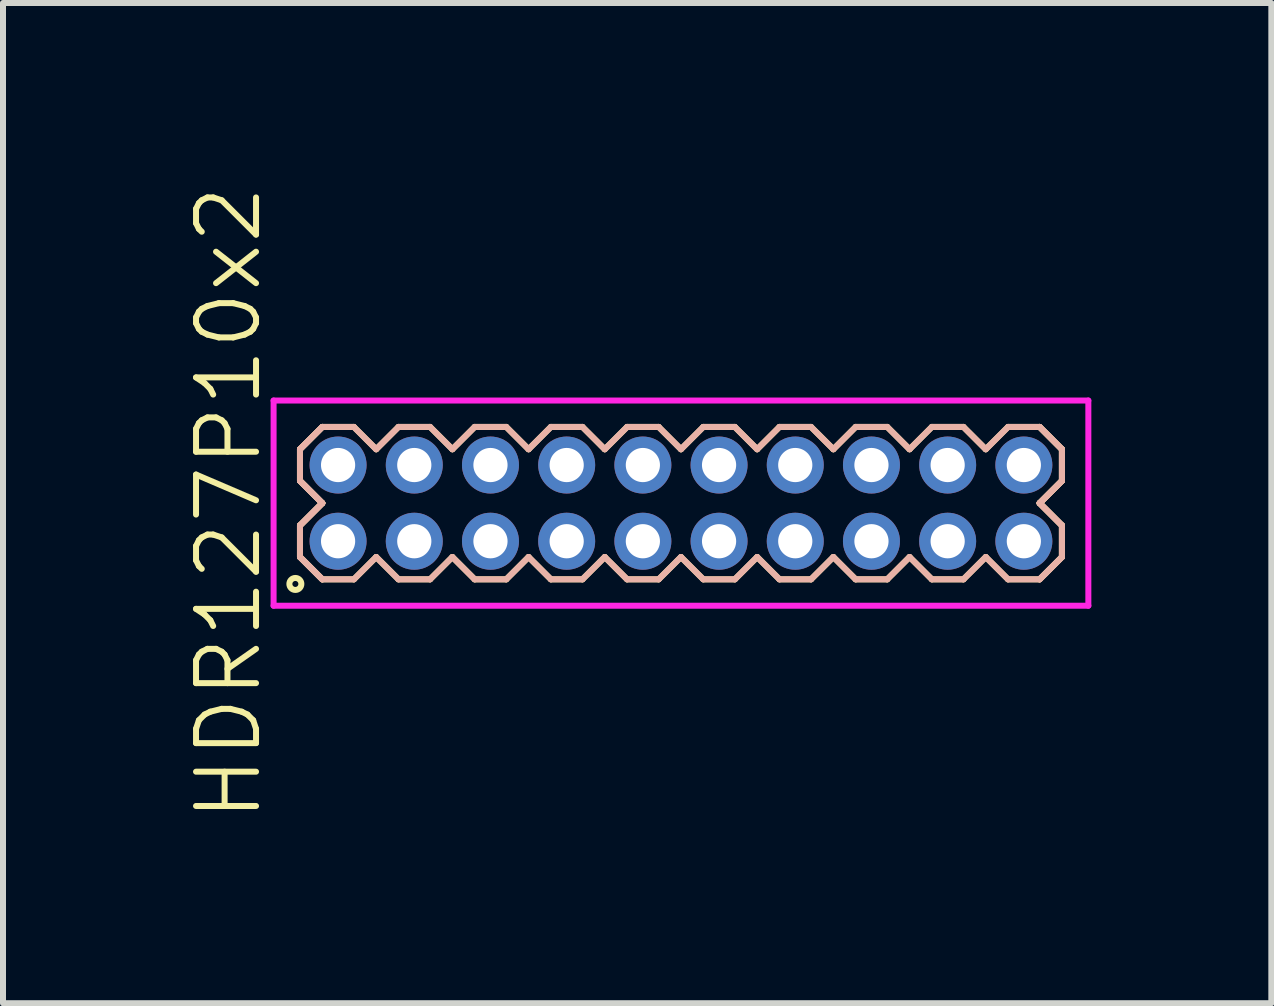
<source format=kicad_pcb>
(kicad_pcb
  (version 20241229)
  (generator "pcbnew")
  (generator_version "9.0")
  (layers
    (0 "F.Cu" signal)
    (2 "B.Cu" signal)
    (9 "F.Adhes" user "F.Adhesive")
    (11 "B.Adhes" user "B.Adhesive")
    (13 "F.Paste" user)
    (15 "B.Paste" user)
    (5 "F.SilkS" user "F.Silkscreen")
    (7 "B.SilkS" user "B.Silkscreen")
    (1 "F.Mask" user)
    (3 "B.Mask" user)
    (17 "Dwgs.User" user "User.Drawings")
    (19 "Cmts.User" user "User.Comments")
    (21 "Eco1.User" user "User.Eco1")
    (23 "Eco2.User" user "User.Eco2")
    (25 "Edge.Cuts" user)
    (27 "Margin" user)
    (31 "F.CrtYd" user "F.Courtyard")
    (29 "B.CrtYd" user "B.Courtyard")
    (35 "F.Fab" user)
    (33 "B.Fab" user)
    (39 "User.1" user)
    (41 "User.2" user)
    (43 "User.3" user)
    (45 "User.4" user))
  (footprint "HDR127P10x2"
    (layer "F.Cu")
    (at 8.3 5.336)
    (property "Reference" "HDR127P10x2" (at -7.54 0 90) (layer "F.SilkS") (effects (font (size 1 1) (thickness 0.1))))
    (attr through_hole)
    (fp_line (start -6.35 -0.898) (end -5.978 -1.27) (stroke (width 0.1) (type solid)) (layer "F.SilkS"))
    (fp_line (start -6.35 -0.898) (end -5.978 -1.27) (stroke (width 0.1) (type solid)) (layer "F.SilkS"))
    (fp_line (start -6.35 -0.372) (end -6.35 -0.898) (stroke (width 0.1) (type solid)) (layer "F.SilkS"))
    (fp_line (start -6.35 -0.372) (end -6.35 -0.898) (stroke (width 0.1) (type solid)) (layer "F.SilkS"))
    (fp_line (start -6.35 0.372) (end -5.978 0) (stroke (width 0.1) (type solid)) (layer "F.SilkS"))
    (fp_line (start -6.35 0.372) (end -5.978 0) (stroke (width 0.1) (type solid)) (layer "F.SilkS"))
    (fp_line (start -6.35 0.898) (end -6.35 0.372) (stroke (width 0.1) (type solid)) (layer "F.SilkS"))
    (fp_line (start -6.35 0.898) (end -6.35 0.372) (stroke (width 0.1) (type solid)) (layer "F.SilkS"))
    (fp_line (start -5.978 -1.27) (end -5.452 -1.27) (stroke (width 0.1) (type solid)) (layer "F.SilkS"))
    (fp_line (start -5.978 0) (end -6.35 -0.372) (stroke (width 0.1) (type solid)) (layer "F.SilkS"))
    (fp_line (start -5.978 0) (end -6.35 -0.372) (stroke (width 0.1) (type solid)) (layer "F.SilkS"))
    (fp_line (start -5.978 1.27) (end -6.35 0.898) (stroke (width 0.1) (type solid)) (layer "F.SilkS"))
    (fp_line (start -5.978 1.27) (end -6.35 0.898) (stroke (width 0.1) (type solid)) (layer "F.SilkS"))
    (fp_line (start -5.452 -1.27) (end -5.08 -0.898) (stroke (width 0.1) (type solid)) (layer "F.SilkS"))
    (fp_line (start -5.452 1.27) (end -5.978 1.27) (stroke (width 0.1) (type solid)) (layer "F.SilkS"))
    (fp_line (start -5.08 -0.898) (end -4.708 -1.27) (stroke (width 0.1) (type solid)) (layer "F.SilkS"))
    (fp_line (start -5.08 0.898) (end -5.452 1.27) (stroke (width 0.1) (type solid)) (layer "F.SilkS"))
    (fp_line (start -4.708 -1.27) (end -4.182 -1.27) (stroke (width 0.1) (type solid)) (layer "F.SilkS"))
    (fp_line (start -4.708 1.27) (end -5.08 0.898) (stroke (width 0.1) (type solid)) (layer "F.SilkS"))
    (fp_line (start -4.182 -1.27) (end -3.81 -0.898) (stroke (width 0.1) (type solid)) (layer "F.SilkS"))
    (fp_line (start -4.182 1.27) (end -4.708 1.27) (stroke (width 0.1) (type solid)) (layer "F.SilkS"))
    (fp_line (start -3.81 -0.898) (end -3.438 -1.27) (stroke (width 0.1) (type solid)) (layer "F.SilkS"))
    (fp_line (start -3.81 0.898) (end -4.182 1.27) (stroke (width 0.1) (type solid)) (layer "F.SilkS"))
    (fp_line (start -3.438 -1.27) (end -2.912 -1.27) (stroke (width 0.1) (type solid)) (layer "F.SilkS"))
    (fp_line (start -3.438 1.27) (end -3.81 0.898) (stroke (width 0.1) (type solid)) (layer "F.SilkS"))
    (fp_line (start -2.912 -1.27) (end -2.54 -0.898) (stroke (width 0.1) (type solid)) (layer "F.SilkS"))
    (fp_line (start -2.912 1.27) (end -3.438 1.27) (stroke (width 0.1) (type solid)) (layer "F.SilkS"))
    (fp_line (start -2.54 -0.898) (end -2.168 -1.27) (stroke (width 0.1) (type solid)) (layer "F.SilkS"))
    (fp_line (start -2.54 0.898) (end -2.912 1.27) (stroke (width 0.1) (type solid)) (layer "F.SilkS"))
    (fp_line (start -2.168 -1.27) (end -1.642 -1.27) (stroke (width 0.1) (type solid)) (layer "F.SilkS"))
    (fp_line (start -2.168 1.27) (end -2.54 0.898) (stroke (width 0.1) (type solid)) (layer "F.SilkS"))
    (fp_line (start -1.642 -1.27) (end -1.27 -0.898) (stroke (width 0.1) (type solid)) (layer "F.SilkS"))
    (fp_line (start -1.642 1.27) (end -2.168 1.27) (stroke (width 0.1) (type solid)) (layer "F.SilkS"))
    (fp_line (start -1.27 -0.898) (end -0.898 -1.27) (stroke (width 0.1) (type solid)) (layer "F.SilkS"))
    (fp_line (start -1.27 0.898) (end -1.642 1.27) (stroke (width 0.1) (type solid)) (layer "F.SilkS"))
    (fp_line (start -0.898 -1.27) (end -0.372 -1.27) (stroke (width 0.1) (type solid)) (layer "F.SilkS"))
    (fp_line (start -0.898 1.27) (end -1.27 0.898) (stroke (width 0.1) (type solid)) (layer "F.SilkS"))
    (fp_line (start -0.372 -1.27) (end 0 -0.898) (stroke (width 0.1) (type solid)) (layer "F.SilkS"))
    (fp_line (start -0.372 1.27) (end -0.898 1.27) (stroke (width 0.1) (type solid)) (layer "F.SilkS"))
    (fp_line (start 0 -0.898) (end 0.372 -1.27) (stroke (width 0.1) (type solid)) (layer "F.SilkS"))
    (fp_line (start 0 0.898) (end -0.372 1.27) (stroke (width 0.1) (type solid)) (layer "F.SilkS"))
    (fp_line (start 0.372 -1.27) (end 0.898 -1.27) (stroke (width 0.1) (type solid)) (layer "F.SilkS"))
    (fp_line (start 0.372 1.27) (end 0 0.898) (stroke (width 0.1) (type solid)) (layer "F.SilkS"))
    (fp_line (start 0.898 -1.27) (end 1.27 -0.898) (stroke (width 0.1) (type solid)) (layer "F.SilkS"))
    (fp_line (start 0.898 1.27) (end 0.372 1.27) (stroke (width 0.1) (type solid)) (layer "F.SilkS"))
    (fp_line (start 1.27 -0.898) (end 1.642 -1.27) (stroke (width 0.1) (type solid)) (layer "F.SilkS"))
    (fp_line (start 1.27 0.898) (end 0.898 1.27) (stroke (width 0.1) (type solid)) (layer "F.SilkS"))
    (fp_line (start 1.642 -1.27) (end 2.168 -1.27) (stroke (width 0.1) (type solid)) (layer "F.SilkS"))
    (fp_line (start 1.642 1.27) (end 1.27 0.898) (stroke (width 0.1) (type solid)) (layer "F.SilkS"))
    (fp_line (start 2.168 -1.27) (end 2.54 -0.898) (stroke (width 0.1) (type solid)) (layer "F.SilkS"))
    (fp_line (start 2.168 1.27) (end 1.642 1.27) (stroke (width 0.1) (type solid)) (layer "F.SilkS"))
    (fp_line (start 2.54 -0.898) (end 2.912 -1.27) (stroke (width 0.1) (type solid)) (layer "F.SilkS"))
    (fp_line (start 2.54 0.898) (end 2.168 1.27) (stroke (width 0.1) (type solid)) (layer "F.SilkS"))
    (fp_line (start 2.912 -1.27) (end 3.438 -1.27) (stroke (width 0.1) (type solid)) (layer "F.SilkS"))
    (fp_line (start 2.912 1.27) (end 2.54 0.898) (stroke (width 0.1) (type solid)) (layer "F.SilkS"))
    (fp_line (start 3.438 -1.27) (end 3.81 -0.898) (stroke (width 0.1) (type solid)) (layer "F.SilkS"))
    (fp_line (start 3.438 1.27) (end 2.912 1.27) (stroke (width 0.1) (type solid)) (layer "F.SilkS"))
    (fp_line (start 3.81 -0.898) (end 4.182 -1.27) (stroke (width 0.1) (type solid)) (layer "F.SilkS"))
    (fp_line (start 3.81 0.898) (end 3.438 1.27) (stroke (width 0.1) (type solid)) (layer "F.SilkS"))
    (fp_line (start 4.182 -1.27) (end 4.708 -1.27) (stroke (width 0.1) (type solid)) (layer "F.SilkS"))
    (fp_line (start 4.182 1.27) (end 3.81 0.898) (stroke (width 0.1) (type solid)) (layer "F.SilkS"))
    (fp_line (start 4.708 -1.27) (end 5.08 -0.898) (stroke (width 0.1) (type solid)) (layer "F.SilkS"))
    (fp_line (start 4.708 1.27) (end 4.182 1.27) (stroke (width 0.1) (type solid)) (layer "F.SilkS"))
    (fp_line (start 5.08 -0.898) (end 5.452 -1.27) (stroke (width 0.1) (type solid)) (layer "F.SilkS"))
    (fp_line (start 5.08 0.898) (end 4.708 1.27) (stroke (width 0.1) (type solid)) (layer "F.SilkS"))
    (fp_line (start 5.452 -1.27) (end 5.978 -1.27) (stroke (width 0.1) (type solid)) (layer "F.SilkS"))
    (fp_line (start 5.452 1.27) (end 5.08 0.898) (stroke (width 0.1) (type solid)) (layer "F.SilkS"))
    (fp_line (start 5.978 -1.27) (end 6.35 -0.898) (stroke (width 0.1) (type solid)) (layer "F.SilkS"))
    (fp_line (start 5.978 -1.27) (end 6.35 -0.898) (stroke (width 0.1) (type solid)) (layer "F.SilkS"))
    (fp_line (start 5.978 0) (end 6.35 0.372) (stroke (width 0.1) (type solid)) (layer "F.SilkS"))
    (fp_line (start 5.978 0) (end 6.35 0.372) (stroke (width 0.1) (type solid)) (layer "F.SilkS"))
    (fp_line (start 5.978 1.27) (end 5.452 1.27) (stroke (width 0.1) (type solid)) (layer "F.SilkS"))
    (fp_line (start 6.35 -0.898) (end 6.35 -0.372) (stroke (width 0.1) (type solid)) (layer "F.SilkS"))
    (fp_line (start 6.35 -0.898) (end 6.35 -0.372) (stroke (width 0.1) (type solid)) (layer "F.SilkS"))
    (fp_line (start 6.35 -0.372) (end 5.978 0) (stroke (width 0.1) (type solid)) (layer "F.SilkS"))
    (fp_line (start 6.35 -0.372) (end 5.978 0) (stroke (width 0.1) (type solid)) (layer "F.SilkS"))
    (fp_line (start 6.35 0.372) (end 6.35 0.898) (stroke (width 0.1) (type solid)) (layer "F.SilkS"))
    (fp_line (start 6.35 0.372) (end 6.35 0.898) (stroke (width 0.1) (type solid)) (layer "F.SilkS"))
    (fp_line (start 6.35 0.898) (end 5.978 1.27) (stroke (width 0.1) (type solid)) (layer "F.SilkS"))
    (fp_line (start 6.35 0.898) (end 5.978 1.27) (stroke (width 0.1) (type solid)) (layer "F.SilkS"))
    (fp_circle (center -6.427 1.347) (end -6.327 1.347) (stroke (width 0.1) (type solid)) (fill no) (layer "F.SilkS"))
    (fp_line (start -6.35 -0.898) (end -5.978 -1.27) (stroke (width 0.1) (type solid)) (layer "B.SilkS"))
    (fp_line (start -6.35 -0.898) (end -5.978 -1.27) (stroke (width 0.1) (type solid)) (layer "B.SilkS"))
    (fp_line (start -6.35 -0.372) (end -6.35 -0.898) (stroke (width 0.1) (type solid)) (layer "B.SilkS"))
    (fp_line (start -6.35 -0.372) (end -6.35 -0.898) (stroke (width 0.1) (type solid)) (layer "B.SilkS"))
    (fp_line (start -6.35 0.372) (end -5.978 0) (stroke (width 0.1) (type solid)) (layer "B.SilkS"))
    (fp_line (start -6.35 0.372) (end -5.978 0) (stroke (width 0.1) (type solid)) (layer "B.SilkS"))
    (fp_line (start -6.35 0.898) (end -6.35 0.372) (stroke (width 0.1) (type solid)) (layer "B.SilkS"))
    (fp_line (start -6.35 0.898) (end -6.35 0.372) (stroke (width 0.1) (type solid)) (layer "B.SilkS"))
    (fp_line (start -5.978 -1.27) (end -5.452 -1.27) (stroke (width 0.1) (type solid)) (layer "B.SilkS"))
    (fp_line (start -5.978 0) (end -6.35 -0.372) (stroke (width 0.1) (type solid)) (layer "B.SilkS"))
    (fp_line (start -5.978 0) (end -6.35 -0.372) (stroke (width 0.1) (type solid)) (layer "B.SilkS"))
    (fp_line (start -5.978 1.27) (end -6.35 0.898) (stroke (width 0.1) (type solid)) (layer "B.SilkS"))
    (fp_line (start -5.978 1.27) (end -6.35 0.898) (stroke (width 0.1) (type solid)) (layer "B.SilkS"))
    (fp_line (start -5.452 -1.27) (end -5.08 -0.898) (stroke (width 0.1) (type solid)) (layer "B.SilkS"))
    (fp_line (start -5.452 1.27) (end -5.978 1.27) (stroke (width 0.1) (type solid)) (layer "B.SilkS"))
    (fp_line (start -5.08 -0.898) (end -4.708 -1.27) (stroke (width 0.1) (type solid)) (layer "B.SilkS"))
    (fp_line (start -5.08 0.898) (end -5.452 1.27) (stroke (width 0.1) (type solid)) (layer "B.SilkS"))
    (fp_line (start -4.708 -1.27) (end -4.182 -1.27) (stroke (width 0.1) (type solid)) (layer "B.SilkS"))
    (fp_line (start -4.708 1.27) (end -5.08 0.898) (stroke (width 0.1) (type solid)) (layer "B.SilkS"))
    (fp_line (start -4.182 -1.27) (end -3.81 -0.898) (stroke (width 0.1) (type solid)) (layer "B.SilkS"))
    (fp_line (start -4.182 1.27) (end -4.708 1.27) (stroke (width 0.1) (type solid)) (layer "B.SilkS"))
    (fp_line (start -3.81 -0.898) (end -3.438 -1.27) (stroke (width 0.1) (type solid)) (layer "B.SilkS"))
    (fp_line (start -3.81 0.898) (end -4.182 1.27) (stroke (width 0.1) (type solid)) (layer "B.SilkS"))
    (fp_line (start -3.438 -1.27) (end -2.912 -1.27) (stroke (width 0.1) (type solid)) (layer "B.SilkS"))
    (fp_line (start -3.438 1.27) (end -3.81 0.898) (stroke (width 0.1) (type solid)) (layer "B.SilkS"))
    (fp_line (start -2.912 -1.27) (end -2.54 -0.898) (stroke (width 0.1) (type solid)) (layer "B.SilkS"))
    (fp_line (start -2.912 1.27) (end -3.438 1.27) (stroke (width 0.1) (type solid)) (layer "B.SilkS"))
    (fp_line (start -2.54 -0.898) (end -2.168 -1.27) (stroke (width 0.1) (type solid)) (layer "B.SilkS"))
    (fp_line (start -2.54 0.898) (end -2.912 1.27) (stroke (width 0.1) (type solid)) (layer "B.SilkS"))
    (fp_line (start -2.168 -1.27) (end -1.642 -1.27) (stroke (width 0.1) (type solid)) (layer "B.SilkS"))
    (fp_line (start -2.168 1.27) (end -2.54 0.898) (stroke (width 0.1) (type solid)) (layer "B.SilkS"))
    (fp_line (start -1.642 -1.27) (end -1.27 -0.898) (stroke (width 0.1) (type solid)) (layer "B.SilkS"))
    (fp_line (start -1.642 1.27) (end -2.168 1.27) (stroke (width 0.1) (type solid)) (layer "B.SilkS"))
    (fp_line (start -1.27 -0.898) (end -0.898 -1.27) (stroke (width 0.1) (type solid)) (layer "B.SilkS"))
    (fp_line (start -1.27 0.898) (end -1.642 1.27) (stroke (width 0.1) (type solid)) (layer "B.SilkS"))
    (fp_line (start -0.898 -1.27) (end -0.372 -1.27) (stroke (width 0.1) (type solid)) (layer "B.SilkS"))
    (fp_line (start -0.898 1.27) (end -1.27 0.898) (stroke (width 0.1) (type solid)) (layer "B.SilkS"))
    (fp_line (start -0.372 -1.27) (end 0 -0.898) (stroke (width 0.1) (type solid)) (layer "B.SilkS"))
    (fp_line (start -0.372 1.27) (end -0.898 1.27) (stroke (width 0.1) (type solid)) (layer "B.SilkS"))
    (fp_line (start 0 -0.898) (end 0.372 -1.27) (stroke (width 0.1) (type solid)) (layer "B.SilkS"))
    (fp_line (start 0 0.898) (end -0.372 1.27) (stroke (width 0.1) (type solid)) (layer "B.SilkS"))
    (fp_line (start 0.372 -1.27) (end 0.898 -1.27) (stroke (width 0.1) (type solid)) (layer "B.SilkS"))
    (fp_line (start 0.372 1.27) (end 0 0.898) (stroke (width 0.1) (type solid)) (layer "B.SilkS"))
    (fp_line (start 0.898 -1.27) (end 1.27 -0.898) (stroke (width 0.1) (type solid)) (layer "B.SilkS"))
    (fp_line (start 0.898 1.27) (end 0.372 1.27) (stroke (width 0.1) (type solid)) (layer "B.SilkS"))
    (fp_line (start 1.27 -0.898) (end 1.642 -1.27) (stroke (width 0.1) (type solid)) (layer "B.SilkS"))
    (fp_line (start 1.27 0.898) (end 0.898 1.27) (stroke (width 0.1) (type solid)) (layer "B.SilkS"))
    (fp_line (start 1.642 -1.27) (end 2.168 -1.27) (stroke (width 0.1) (type solid)) (layer "B.SilkS"))
    (fp_line (start 1.642 1.27) (end 1.27 0.898) (stroke (width 0.1) (type solid)) (layer "B.SilkS"))
    (fp_line (start 2.168 -1.27) (end 2.54 -0.898) (stroke (width 0.1) (type solid)) (layer "B.SilkS"))
    (fp_line (start 2.168 1.27) (end 1.642 1.27) (stroke (width 0.1) (type solid)) (layer "B.SilkS"))
    (fp_line (start 2.54 -0.898) (end 2.912 -1.27) (stroke (width 0.1) (type solid)) (layer "B.SilkS"))
    (fp_line (start 2.54 0.898) (end 2.168 1.27) (stroke (width 0.1) (type solid)) (layer "B.SilkS"))
    (fp_line (start 2.912 -1.27) (end 3.438 -1.27) (stroke (width 0.1) (type solid)) (layer "B.SilkS"))
    (fp_line (start 2.912 1.27) (end 2.54 0.898) (stroke (width 0.1) (type solid)) (layer "B.SilkS"))
    (fp_line (start 3.438 -1.27) (end 3.81 -0.898) (stroke (width 0.1) (type solid)) (layer "B.SilkS"))
    (fp_line (start 3.438 1.27) (end 2.912 1.27) (stroke (width 0.1) (type solid)) (layer "B.SilkS"))
    (fp_line (start 3.81 -0.898) (end 4.182 -1.27) (stroke (width 0.1) (type solid)) (layer "B.SilkS"))
    (fp_line (start 3.81 0.898) (end 3.438 1.27) (stroke (width 0.1) (type solid)) (layer "B.SilkS"))
    (fp_line (start 4.182 -1.27) (end 4.708 -1.27) (stroke (width 0.1) (type solid)) (layer "B.SilkS"))
    (fp_line (start 4.182 1.27) (end 3.81 0.898) (stroke (width 0.1) (type solid)) (layer "B.SilkS"))
    (fp_line (start 4.708 -1.27) (end 5.08 -0.898) (stroke (width 0.1) (type solid)) (layer "B.SilkS"))
    (fp_line (start 4.708 1.27) (end 4.182 1.27) (stroke (width 0.1) (type solid)) (layer "B.SilkS"))
    (fp_line (start 5.08 -0.898) (end 5.452 -1.27) (stroke (width 0.1) (type solid)) (layer "B.SilkS"))
    (fp_line (start 5.08 0.898) (end 4.708 1.27) (stroke (width 0.1) (type solid)) (layer "B.SilkS"))
    (fp_line (start 5.452 -1.27) (end 5.978 -1.27) (stroke (width 0.1) (type solid)) (layer "B.SilkS"))
    (fp_line (start 5.452 1.27) (end 5.08 0.898) (stroke (width 0.1) (type solid)) (layer "B.SilkS"))
    (fp_line (start 5.978 -1.27) (end 6.35 -0.898) (stroke (width 0.1) (type solid)) (layer "B.SilkS"))
    (fp_line (start 5.978 -1.27) (end 6.35 -0.898) (stroke (width 0.1) (type solid)) (layer "B.SilkS"))
    (fp_line (start 5.978 0) (end 6.35 0.372) (stroke (width 0.1) (type solid)) (layer "B.SilkS"))
    (fp_line (start 5.978 0) (end 6.35 0.372) (stroke (width 0.1) (type solid)) (layer "B.SilkS"))
    (fp_line (start 5.978 1.27) (end 5.452 1.27) (stroke (width 0.1) (type solid)) (layer "B.SilkS"))
    (fp_line (start 6.35 -0.898) (end 6.35 -0.372) (stroke (width 0.1) (type solid)) (layer "B.SilkS"))
    (fp_line (start 6.35 -0.898) (end 6.35 -0.372) (stroke (width 0.1) (type solid)) (layer "B.SilkS"))
    (fp_line (start 6.35 -0.372) (end 5.978 0) (stroke (width 0.1) (type solid)) (layer "B.SilkS"))
    (fp_line (start 6.35 -0.372) (end 5.978 0) (stroke (width 0.1) (type solid)) (layer "B.SilkS"))
    (fp_line (start 6.35 0.372) (end 6.35 0.898) (stroke (width 0.1) (type solid)) (layer "B.SilkS"))
    (fp_line (start 6.35 0.372) (end 6.35 0.898) (stroke (width 0.1) (type solid)) (layer "B.SilkS"))
    (fp_line (start 6.35 0.898) (end 5.978 1.27) (stroke (width 0.1) (type solid)) (layer "B.SilkS"))
    (fp_line (start 6.35 0.898) (end 5.978 1.27) (stroke (width 0.1) (type solid)) (layer "B.SilkS"))
    (fp_line (start -6.79 -1.71) (end -6.79 1.71) (stroke (width 0.1) (type solid)) (layer "F.CrtYd"))
    (fp_line (start -6.79 1.71) (end 6.79 1.71) (stroke (width 0.1) (type solid)) (layer "F.CrtYd"))
    (fp_line (start 6.79 -1.71) (end -6.79 -1.71) (stroke (width 0.1) (type solid)) (layer "F.CrtYd"))
    (fp_line (start 6.79 1.71) (end 6.79 -1.71) (stroke (width 0.1) (type solid)) (layer "F.CrtYd"))
    (pad "1" thru_hole oval (at -5.715 0.635) (size 0.95 0.95) (drill 0.57) (layers "*.Cu" "*.Mask"))
    (pad "2" thru_hole oval (at -5.715 -0.635) (size 0.95 0.95) (drill 0.57) (layers "*.Cu" "*.Mask"))
    (pad "3" thru_hole oval (at -4.445 0.635) (size 0.95 0.95) (drill 0.57) (layers "*.Cu" "*.Mask"))
    (pad "4" thru_hole oval (at -4.445 -0.635) (size 0.95 0.95) (drill 0.57) (layers "*.Cu" "*.Mask"))
    (pad "5" thru_hole oval (at -3.175 0.635) (size 0.95 0.95) (drill 0.57) (layers "*.Cu" "*.Mask"))
    (pad "6" thru_hole oval (at -3.175 -0.635) (size 0.95 0.95) (drill 0.57) (layers "*.Cu" "*.Mask"))
    (pad "7" thru_hole oval (at -1.905 0.635) (size 0.95 0.95) (drill 0.57) (layers "*.Cu" "*.Mask"))
    (pad "8" thru_hole oval (at -1.905 -0.635) (size 0.95 0.95) (drill 0.57) (layers "*.Cu" "*.Mask"))
    (pad "9" thru_hole oval (at -0.635 0.635) (size 0.95 0.95) (drill 0.57) (layers "*.Cu" "*.Mask"))
    (pad "10" thru_hole oval (at -0.635 -0.635) (size 0.95 0.95) (drill 0.57) (layers "*.Cu" "*.Mask"))
    (pad "11" thru_hole oval (at 0.635 0.635) (size 0.95 0.95) (drill 0.57) (layers "*.Cu" "*.Mask"))
    (pad "12" thru_hole oval (at 0.635 -0.635) (size 0.95 0.95) (drill 0.57) (layers "*.Cu" "*.Mask"))
    (pad "13" thru_hole oval (at 1.905 0.635) (size 0.95 0.95) (drill 0.57) (layers "*.Cu" "*.Mask"))
    (pad "14" thru_hole oval (at 1.905 -0.635) (size 0.95 0.95) (drill 0.57) (layers "*.Cu" "*.Mask"))
    (pad "15" thru_hole oval (at 3.175 0.635) (size 0.95 0.95) (drill 0.57) (layers "*.Cu" "*.Mask"))
    (pad "16" thru_hole oval (at 3.175 -0.635) (size 0.95 0.95) (drill 0.57) (layers "*.Cu" "*.Mask"))
    (pad "17" thru_hole oval (at 4.445 0.635) (size 0.95 0.95) (drill 0.57) (layers "*.Cu" "*.Mask"))
    (pad "18" thru_hole oval (at 4.445 -0.635) (size 0.95 0.95) (drill 0.57) (layers "*.Cu" "*.Mask"))
    (pad "19" thru_hole oval (at 5.715 0.635) (size 0.95 0.95) (drill 0.57) (layers "*.Cu" "*.Mask"))
    (pad "20" thru_hole oval (at 5.715 -0.635) (size 0.95 0.95) (drill 0.57) (layers "*.Cu" "*.Mask")))
  (gr_rect
    (start -3 -3)
    (end 18.14 13.671)
    (stroke (width 0.1) (type default))
    (fill no)
    (layer "Edge.Cuts")))
</source>
